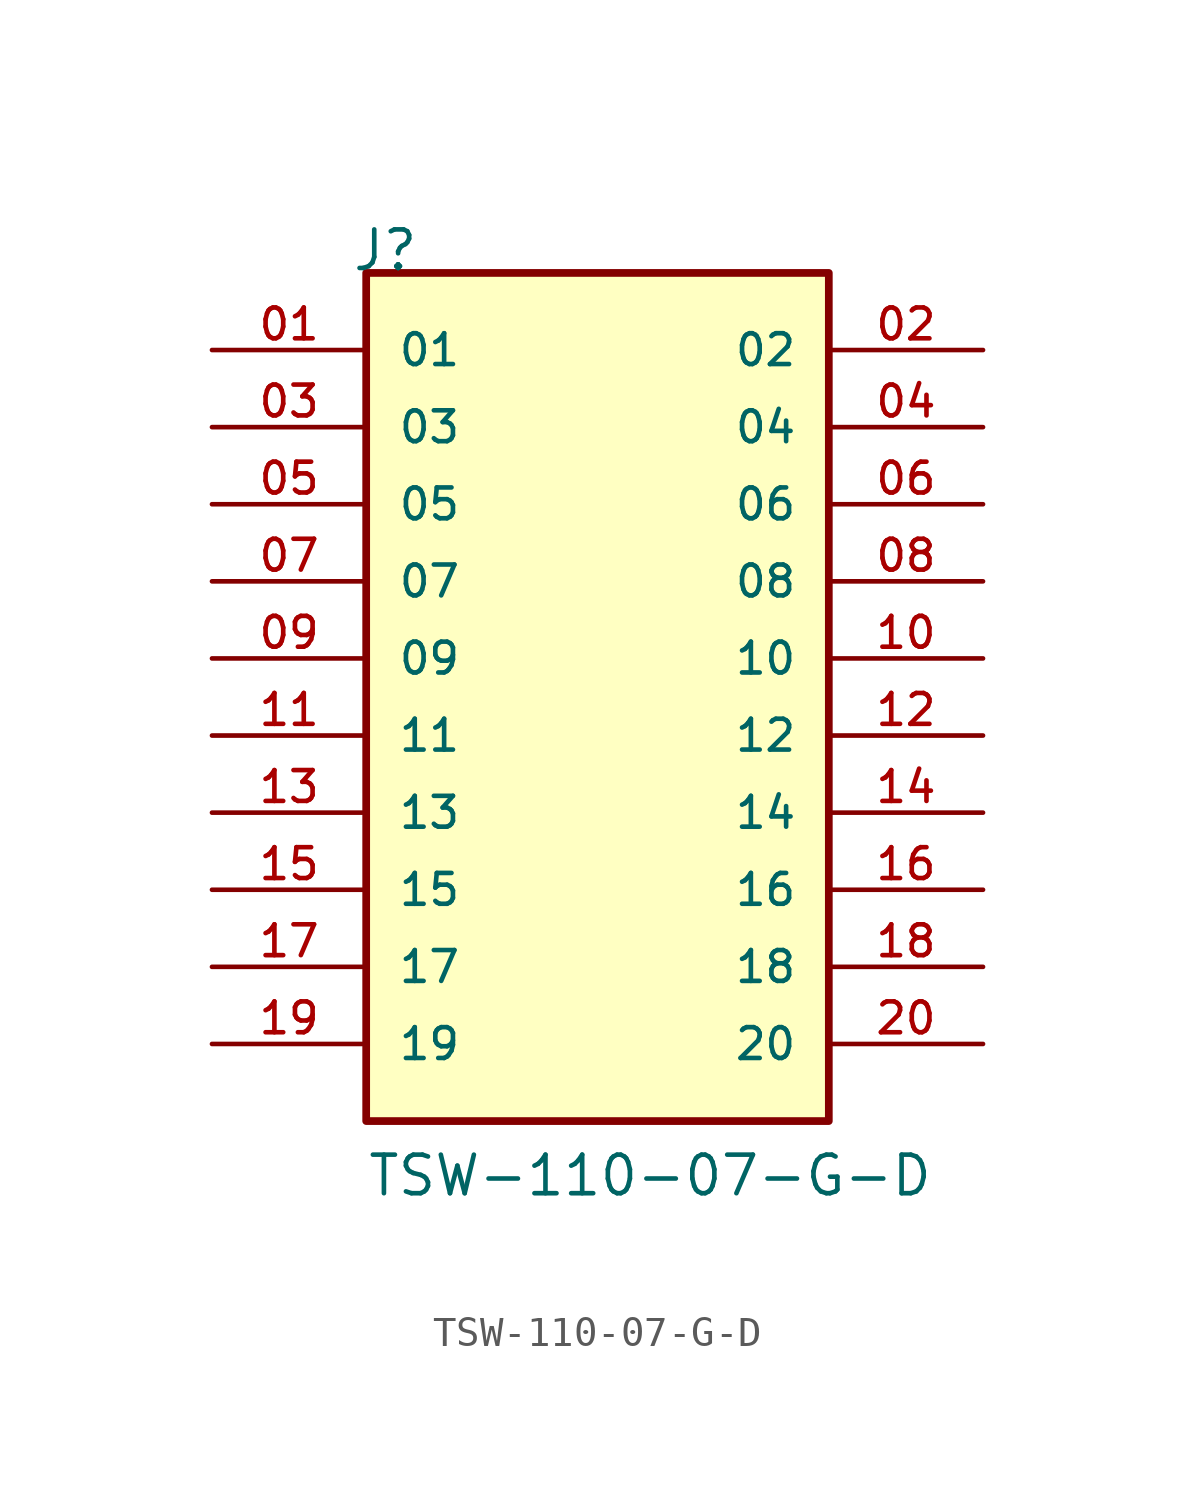
<source format=kicad_sym>
(kicad_symbol_lib
  (version 20211014)
  (generator kicad_symbol_editor)
  (symbol "TSW-110-07-G-D"
    (pin_names
      (offset 1.016))
    (property "Reference" "J"
      (at -8.12 15.24 0)
      (effects (font (size 1.27 1.27)) (justify bottom left)))
    (property "Value" "TSW-110-07-G-D"
      (at -7.62 -15.24 0)
      (effects (font (size 1.27 1.27)) (justify bottom left)))
    (symbol "TSW-110-07-G-D_0_0"
      (rectangle (start -7.62 -12.7) (end 7.62 15.24) (stroke (width 0.254)) (fill (type background)))
      (pin passive line (at -12.7 12.7 0) (length 5.08) (name "01" (effects (font (size 1.016 1.016)))) (number "01" (effects (font (size 1.016 1.016)))))
      (pin passive line (at 12.7 12.7 180.0) (length 5.08) (name "02" (effects (font (size 1.016 1.016)))) (number "02" (effects (font (size 1.016 1.016)))))
      (pin passive line (at -12.7 10.16 0) (length 5.08) (name "03" (effects (font (size 1.016 1.016)))) (number "03" (effects (font (size 1.016 1.016)))))
      (pin passive line (at 12.7 10.16 180.0) (length 5.08) (name "04" (effects (font (size 1.016 1.016)))) (number "04" (effects (font (size 1.016 1.016)))))
      (pin passive line (at -12.7 7.62 0) (length 5.08) (name "05" (effects (font (size 1.016 1.016)))) (number "05" (effects (font (size 1.016 1.016)))))
      (pin passive line (at 12.7 7.62 180.0) (length 5.08) (name "06" (effects (font (size 1.016 1.016)))) (number "06" (effects (font (size 1.016 1.016)))))
      (pin passive line (at -12.7 5.08 0) (length 5.08) (name "07" (effects (font (size 1.016 1.016)))) (number "07" (effects (font (size 1.016 1.016)))))
      (pin passive line (at 12.7 5.08 180.0) (length 5.08) (name "08" (effects (font (size 1.016 1.016)))) (number "08" (effects (font (size 1.016 1.016)))))
      (pin passive line (at -12.7 2.54 0) (length 5.08) (name "09" (effects (font (size 1.016 1.016)))) (number "09" (effects (font (size 1.016 1.016)))))
      (pin passive line (at 12.7 2.54 180.0) (length 5.08) (name "10" (effects (font (size 1.016 1.016)))) (number "10" (effects (font (size 1.016 1.016)))))
      (pin passive line (at -12.7 0.0 0) (length 5.08) (name "11" (effects (font (size 1.016 1.016)))) (number "11" (effects (font (size 1.016 1.016)))))
      (pin passive line (at 12.7 0.0 180.0) (length 5.08) (name "12" (effects (font (size 1.016 1.016)))) (number "12" (effects (font (size 1.016 1.016)))))
      (pin passive line (at -12.7 -2.54 0) (length 5.08) (name "13" (effects (font (size 1.016 1.016)))) (number "13" (effects (font (size 1.016 1.016)))))
      (pin passive line (at 12.7 -2.54 180.0) (length 5.08) (name "14" (effects (font (size 1.016 1.016)))) (number "14" (effects (font (size 1.016 1.016)))))
      (pin passive line (at -12.7 -5.08 0) (length 5.08) (name "15" (effects (font (size 1.016 1.016)))) (number "15" (effects (font (size 1.016 1.016)))))
      (pin passive line (at 12.7 -5.08 180.0) (length 5.08) (name "16" (effects (font (size 1.016 1.016)))) (number "16" (effects (font (size 1.016 1.016)))))
      (pin passive line (at -12.7 -7.62 0) (length 5.08) (name "17" (effects (font (size 1.016 1.016)))) (number "17" (effects (font (size 1.016 1.016)))))
      (pin passive line (at 12.7 -7.62 180.0) (length 5.08) (name "18" (effects (font (size 1.016 1.016)))) (number "18" (effects (font (size 1.016 1.016)))))
      (pin passive line (at -12.7 -10.16 0) (length 5.08) (name "19" (effects (font (size 1.016 1.016)))) (number "19" (effects (font (size 1.016 1.016)))))
      (pin passive line (at 12.7 -10.16 180.0) (length 5.08) (name "20" (effects (font (size 1.016 1.016)))) (number "20" (effects (font (size 1.016 1.016))))))))
</source>
